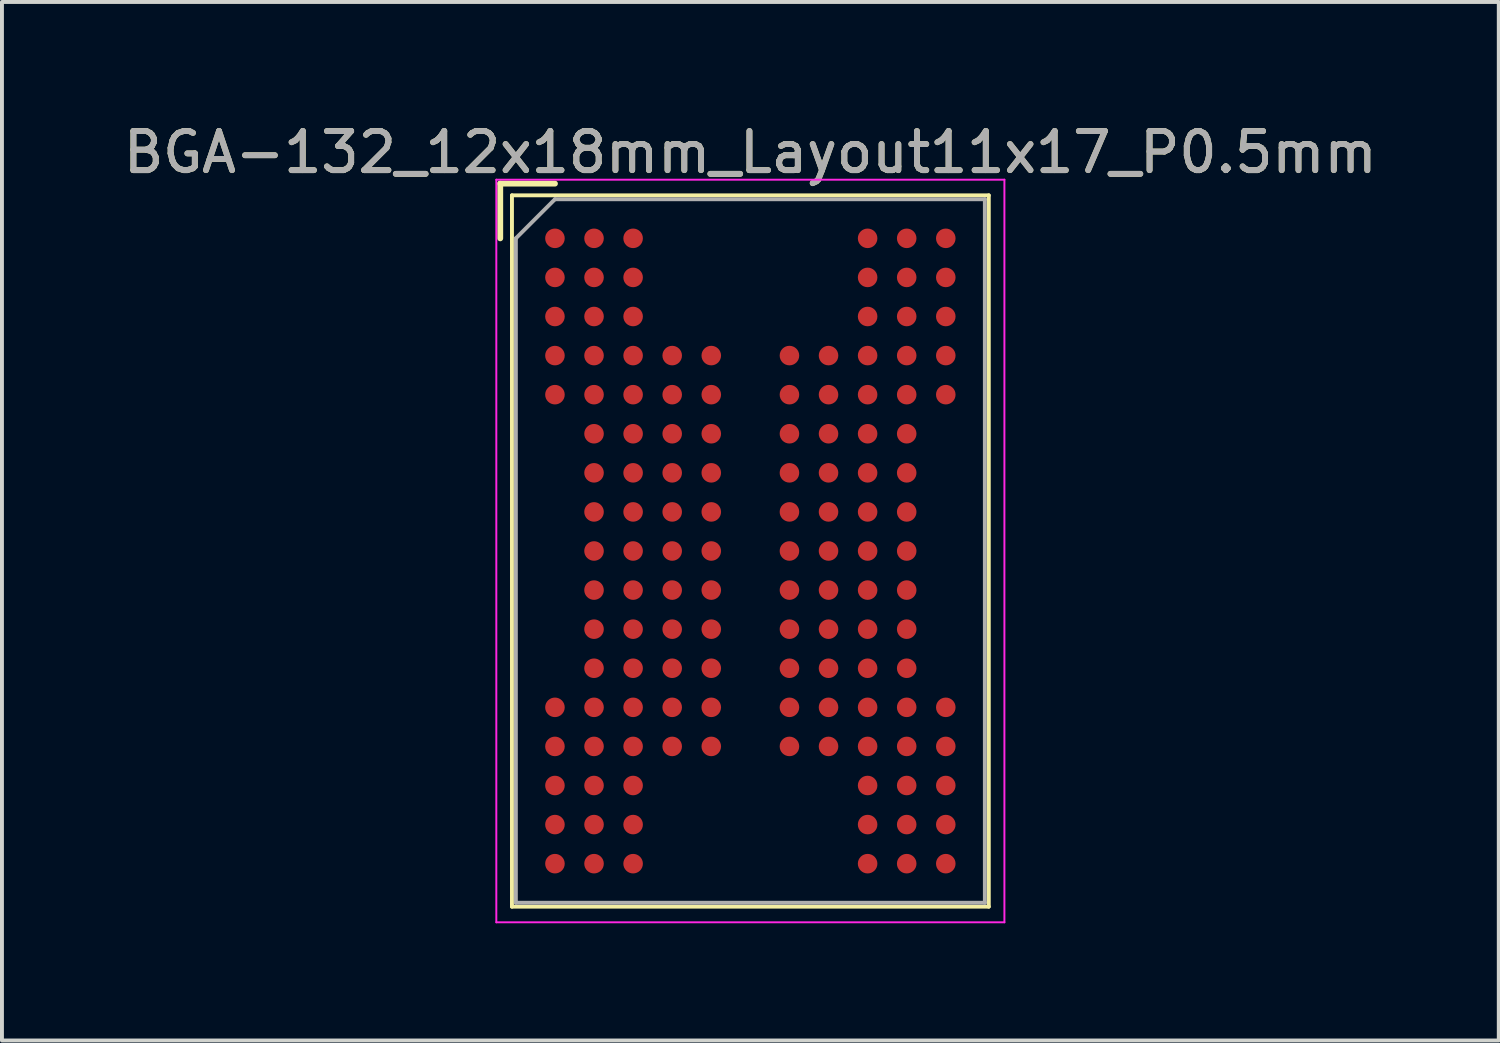
<source format=kicad_pcb>
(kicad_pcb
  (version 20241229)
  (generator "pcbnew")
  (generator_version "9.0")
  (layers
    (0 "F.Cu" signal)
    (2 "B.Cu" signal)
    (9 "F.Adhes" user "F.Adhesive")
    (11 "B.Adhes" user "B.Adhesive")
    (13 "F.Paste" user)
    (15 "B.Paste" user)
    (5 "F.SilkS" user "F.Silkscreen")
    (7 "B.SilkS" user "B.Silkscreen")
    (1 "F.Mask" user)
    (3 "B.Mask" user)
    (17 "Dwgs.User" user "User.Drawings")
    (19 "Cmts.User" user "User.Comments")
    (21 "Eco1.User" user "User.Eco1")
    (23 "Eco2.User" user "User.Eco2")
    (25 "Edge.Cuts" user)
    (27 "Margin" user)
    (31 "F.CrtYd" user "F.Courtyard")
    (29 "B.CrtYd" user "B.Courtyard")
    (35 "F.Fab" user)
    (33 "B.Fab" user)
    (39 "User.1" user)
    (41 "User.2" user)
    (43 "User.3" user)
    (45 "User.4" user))
  (footprint "BGA-132_12x18mm_Layout11x17_P0.5mm"
    (layer "F.Cu")
    (at 16.149 11.048)
    (property "Reference" "BGA-132_12x18mm_Layout11x17_P0.5mm" (at 0 -10.2 0) (layer "F.SilkS") (effects (font (size 1 1) (thickness 0.15))))
    (attr smd)
    (fp_line (start -6.4 -9.4) (end -6.4 -8) (stroke (width 0.15) (type solid)) (layer "F.SilkS"))
    (fp_line (start -6.1 -9.1) (end 6.1 -9.1) (stroke (width 0.1) (type solid)) (layer "F.SilkS"))
    (fp_line (start -6.1 9.1) (end -6.1 -9.1) (stroke (width 0.1) (type solid)) (layer "F.SilkS"))
    (fp_line (start -6.1 9.1) (end 6.1 9.1) (stroke (width 0.1) (type solid)) (layer "F.SilkS"))
    (fp_line (start -5 -9.4) (end -6.4 -9.4) (stroke (width 0.15) (type solid)) (layer "F.SilkS"))
    (fp_line (start 6.1 -9.1) (end 6.1 9.1) (stroke (width 0.1) (type solid)) (layer "F.SilkS"))
    (fp_line (start -6.5 -9.5) (end 6.5 -9.5) (stroke (width 0.05) (type solid)) (layer "F.CrtYd"))
    (fp_line (start -6.5 9.5) (end -6.5 -9.5) (stroke (width 0.05) (type solid)) (layer "F.CrtYd"))
    (fp_line (start 6.5 -9.5) (end 6.5 9.5) (stroke (width 0.05) (type solid)) (layer "F.CrtYd"))
    (fp_line (start 6.5 9.5) (end -6.5 9.5) (stroke (width 0.05) (type solid)) (layer "F.CrtYd"))
    (fp_line (start -6 -8) (end -6 9) (stroke (width 0.1) (type solid)) (layer "F.Fab"))
    (fp_line (start -5 -9) (end -6 -8) (stroke (width 0.1) (type solid)) (layer "F.Fab"))
    (fp_line (start 6 -9) (end -5 -9) (stroke (width 0.1) (type solid)) (layer "F.Fab"))
    (fp_line (start 6 9) (end -6 9) (stroke (width 0.1) (type solid)) (layer "F.Fab"))
    (fp_line (start 6 9) (end 6 -9) (stroke (width 0.1) (type solid)) (layer "F.Fab"))
    (fp_text user "${REFERENCE}" (at 0 -10.2 0) (layer "F.Fab") (effects (font (size 1 1) (thickness 0.15))))
    (pad "A1" smd circle (at -5 -8) (size 0.5 0.5) (layers "F.Cu" "F.Mask" "F.Paste"))
    (pad "A2" smd circle (at -4 -8) (size 0.5 0.5) (layers "F.Cu" "F.Mask" "F.Paste"))
    (pad "A3" smd circle (at -3 -8) (size 0.5 0.5) (layers "F.Cu" "F.Mask" "F.Paste"))
    (pad "A9" smd circle (at 3 -8) (size 0.5 0.5) (layers "F.Cu" "F.Mask" "F.Paste"))
    (pad "A10" smd circle (at 4 -8) (size 0.5 0.5) (layers "F.Cu" "F.Mask" "F.Paste"))
    (pad "A11" smd circle (at 5 -8) (size 0.5 0.5) (layers "F.Cu" "F.Mask" "F.Paste"))
    (pad "B1" smd circle (at -5 -7) (size 0.5 0.5) (layers "F.Cu" "F.Mask" "F.Paste"))
    (pad "B2" smd circle (at -4 -7) (size 0.5 0.5) (layers "F.Cu" "F.Mask" "F.Paste"))
    (pad "B3" smd circle (at -3 -7) (size 0.5 0.5) (layers "F.Cu" "F.Mask" "F.Paste"))
    (pad "B9" smd circle (at 3 -7) (size 0.5 0.5) (layers "F.Cu" "F.Mask" "F.Paste"))
    (pad "B10" smd circle (at 4 -7) (size 0.5 0.5) (layers "F.Cu" "F.Mask" "F.Paste"))
    (pad "B11" smd circle (at 5 -7) (size 0.5 0.5) (layers "F.Cu" "F.Mask" "F.Paste"))
    (pad "C1" smd circle (at -5 -6) (size 0.5 0.5) (layers "F.Cu" "F.Mask" "F.Paste"))
    (pad "C2" smd circle (at -4 -6) (size 0.5 0.5) (layers "F.Cu" "F.Mask" "F.Paste"))
    (pad "C3" smd circle (at -3 -6) (size 0.5 0.5) (layers "F.Cu" "F.Mask" "F.Paste"))
    (pad "C9" smd circle (at 3 -6) (size 0.5 0.5) (layers "F.Cu" "F.Mask" "F.Paste"))
    (pad "C10" smd circle (at 4 -6) (size 0.5 0.5) (layers "F.Cu" "F.Mask" "F.Paste"))
    (pad "C11" smd circle (at 5 -6) (size 0.5 0.5) (layers "F.Cu" "F.Mask" "F.Paste"))
    (pad "D1" smd circle (at -5 -5) (size 0.5 0.5) (layers "F.Cu" "F.Mask" "F.Paste"))
    (pad "D2" smd circle (at -4 -5) (size 0.5 0.5) (layers "F.Cu" "F.Mask" "F.Paste"))
    (pad "D3" smd circle (at -3 -5) (size 0.5 0.5) (layers "F.Cu" "F.Mask" "F.Paste"))
    (pad "D4" smd circle (at -2 -5) (size 0.5 0.5) (layers "F.Cu" "F.Mask" "F.Paste"))
    (pad "D5" smd circle (at -1 -5) (size 0.5 0.5) (layers "F.Cu" "F.Mask" "F.Paste"))
    (pad "D7" smd circle (at 1 -5) (size 0.5 0.5) (layers "F.Cu" "F.Mask" "F.Paste"))
    (pad "D8" smd circle (at 2 -5) (size 0.5 0.5) (layers "F.Cu" "F.Mask" "F.Paste"))
    (pad "D9" smd circle (at 3 -5) (size 0.5 0.5) (layers "F.Cu" "F.Mask" "F.Paste"))
    (pad "D10" smd circle (at 4 -5) (size 0.5 0.5) (layers "F.Cu" "F.Mask" "F.Paste"))
    (pad "D11" smd circle (at 5 -5) (size 0.5 0.5) (layers "F.Cu" "F.Mask" "F.Paste"))
    (pad "E1" smd circle (at -5 -4) (size 0.5 0.5) (layers "F.Cu" "F.Mask" "F.Paste"))
    (pad "E2" smd circle (at -4 -4) (size 0.5 0.5) (layers "F.Cu" "F.Mask" "F.Paste"))
    (pad "E3" smd circle (at -3 -4) (size 0.5 0.5) (layers "F.Cu" "F.Mask" "F.Paste"))
    (pad "E4" smd circle (at -2 -4) (size 0.5 0.5) (layers "F.Cu" "F.Mask" "F.Paste"))
    (pad "E5" smd circle (at -1 -4) (size 0.5 0.5) (layers "F.Cu" "F.Mask" "F.Paste"))
    (pad "E7" smd circle (at 1 -4) (size 0.5 0.5) (layers "F.Cu" "F.Mask" "F.Paste"))
    (pad "E8" smd circle (at 2 -4) (size 0.5 0.5) (layers "F.Cu" "F.Mask" "F.Paste"))
    (pad "E9" smd circle (at 3 -4) (size 0.5 0.5) (layers "F.Cu" "F.Mask" "F.Paste"))
    (pad "E10" smd circle (at 4 -4) (size 0.5 0.5) (layers "F.Cu" "F.Mask" "F.Paste"))
    (pad "E11" smd circle (at 5 -4) (size 0.5 0.5) (layers "F.Cu" "F.Mask" "F.Paste"))
    (pad "F2" smd circle (at -4 -3) (size 0.5 0.5) (layers "F.Cu" "F.Mask" "F.Paste"))
    (pad "F3" smd circle (at -3 -3) (size 0.5 0.5) (layers "F.Cu" "F.Mask" "F.Paste"))
    (pad "F4" smd circle (at -2 -3) (size 0.5 0.5) (layers "F.Cu" "F.Mask" "F.Paste"))
    (pad "F5" smd circle (at -1 -3) (size 0.5 0.5) (layers "F.Cu" "F.Mask" "F.Paste"))
    (pad "F7" smd circle (at 1 -3) (size 0.5 0.5) (layers "F.Cu" "F.Mask" "F.Paste"))
    (pad "F8" smd circle (at 2 -3) (size 0.5 0.5) (layers "F.Cu" "F.Mask" "F.Paste"))
    (pad "F9" smd circle (at 3 -3) (size 0.5 0.5) (layers "F.Cu" "F.Mask" "F.Paste"))
    (pad "F10" smd circle (at 4 -3) (size 0.5 0.5) (layers "F.Cu" "F.Mask" "F.Paste"))
    (pad "G2" smd circle (at -4 -2) (size 0.5 0.5) (layers "F.Cu" "F.Mask" "F.Paste"))
    (pad "G3" smd circle (at -3 -2) (size 0.5 0.5) (layers "F.Cu" "F.Mask" "F.Paste"))
    (pad "G4" smd circle (at -2 -2) (size 0.5 0.5) (layers "F.Cu" "F.Mask" "F.Paste"))
    (pad "G5" smd circle (at -1 -2) (size 0.5 0.5) (layers "F.Cu" "F.Mask" "F.Paste"))
    (pad "G7" smd circle (at 1 -2) (size 0.5 0.5) (layers "F.Cu" "F.Mask" "F.Paste"))
    (pad "G8" smd circle (at 2 -2) (size 0.5 0.5) (layers "F.Cu" "F.Mask" "F.Paste"))
    (pad "G9" smd circle (at 3 -2) (size 0.5 0.5) (layers "F.Cu" "F.Mask" "F.Paste"))
    (pad "G10" smd circle (at 4 -2) (size 0.5 0.5) (layers "F.Cu" "F.Mask" "F.Paste"))
    (pad "H2" smd circle (at -4 -1) (size 0.5 0.5) (layers "F.Cu" "F.Mask" "F.Paste"))
    (pad "H3" smd circle (at -3 -1) (size 0.5 0.5) (layers "F.Cu" "F.Mask" "F.Paste"))
    (pad "H4" smd circle (at -2 -1) (size 0.5 0.5) (layers "F.Cu" "F.Mask" "F.Paste"))
    (pad "H5" smd circle (at -1 -1) (size 0.5 0.5) (layers "F.Cu" "F.Mask" "F.Paste"))
    (pad "H7" smd circle (at 1 -1) (size 0.5 0.5) (layers "F.Cu" "F.Mask" "F.Paste"))
    (pad "H8" smd circle (at 2 -1) (size 0.5 0.5) (layers "F.Cu" "F.Mask" "F.Paste"))
    (pad "H9" smd circle (at 3 -1) (size 0.5 0.5) (layers "F.Cu" "F.Mask" "F.Paste"))
    (pad "H10" smd circle (at 4 -1) (size 0.5 0.5) (layers "F.Cu" "F.Mask" "F.Paste"))
    (pad "J2" smd circle (at -4 0) (size 0.5 0.5) (layers "F.Cu" "F.Mask" "F.Paste"))
    (pad "J3" smd circle (at -3 0) (size 0.5 0.5) (layers "F.Cu" "F.Mask" "F.Paste"))
    (pad "J4" smd circle (at -2 0) (size 0.5 0.5) (layers "F.Cu" "F.Mask" "F.Paste"))
    (pad "J5" smd circle (at -1 0) (size 0.5 0.5) (layers "F.Cu" "F.Mask" "F.Paste"))
    (pad "J7" smd circle (at 1 0) (size 0.5 0.5) (layers "F.Cu" "F.Mask" "F.Paste"))
    (pad "J8" smd circle (at 2 0) (size 0.5 0.5) (layers "F.Cu" "F.Mask" "F.Paste"))
    (pad "J9" smd circle (at 3 0) (size 0.5 0.5) (layers "F.Cu" "F.Mask" "F.Paste"))
    (pad "J10" smd circle (at 4 0) (size 0.5 0.5) (layers "F.Cu" "F.Mask" "F.Paste"))
    (pad "K2" smd circle (at -4 1) (size 0.5 0.5) (layers "F.Cu" "F.Mask" "F.Paste"))
    (pad "K3" smd circle (at -3 1) (size 0.5 0.5) (layers "F.Cu" "F.Mask" "F.Paste"))
    (pad "K4" smd circle (at -2 1) (size 0.5 0.5) (layers "F.Cu" "F.Mask" "F.Paste"))
    (pad "K5" smd circle (at -1 1) (size 0.5 0.5) (layers "F.Cu" "F.Mask" "F.Paste"))
    (pad "K7" smd circle (at 1 1) (size 0.5 0.5) (layers "F.Cu" "F.Mask" "F.Paste"))
    (pad "K8" smd circle (at 2 1) (size 0.5 0.5) (layers "F.Cu" "F.Mask" "F.Paste"))
    (pad "K9" smd circle (at 3 1) (size 0.5 0.5) (layers "F.Cu" "F.Mask" "F.Paste"))
    (pad "K10" smd circle (at 4 1) (size 0.5 0.5) (layers "F.Cu" "F.Mask" "F.Paste"))
    (pad "L2" smd circle (at -4 2) (size 0.5 0.5) (layers "F.Cu" "F.Mask" "F.Paste"))
    (pad "L3" smd circle (at -3 2) (size 0.5 0.5) (layers "F.Cu" "F.Mask" "F.Paste"))
    (pad "L4" smd circle (at -2 2) (size 0.5 0.5) (layers "F.Cu" "F.Mask" "F.Paste"))
    (pad "L5" smd circle (at -1 2) (size 0.5 0.5) (layers "F.Cu" "F.Mask" "F.Paste"))
    (pad "L7" smd circle (at 1 2) (size 0.5 0.5) (layers "F.Cu" "F.Mask" "F.Paste"))
    (pad "L8" smd circle (at 2 2) (size 0.5 0.5) (layers "F.Cu" "F.Mask" "F.Paste"))
    (pad "L9" smd circle (at 3 2) (size 0.5 0.5) (layers "F.Cu" "F.Mask" "F.Paste"))
    (pad "L10" smd circle (at 4 2) (size 0.5 0.5) (layers "F.Cu" "F.Mask" "F.Paste"))
    (pad "M2" smd circle (at -4 3) (size 0.5 0.5) (layers "F.Cu" "F.Mask" "F.Paste"))
    (pad "M3" smd circle (at -3 3) (size 0.5 0.5) (layers "F.Cu" "F.Mask" "F.Paste"))
    (pad "M4" smd circle (at -2 3) (size 0.5 0.5) (layers "F.Cu" "F.Mask" "F.Paste"))
    (pad "M5" smd circle (at -1 3) (size 0.5 0.5) (layers "F.Cu" "F.Mask" "F.Paste"))
    (pad "M7" smd circle (at 1 3) (size 0.5 0.5) (layers "F.Cu" "F.Mask" "F.Paste"))
    (pad "M8" smd circle (at 2 3) (size 0.5 0.5) (layers "F.Cu" "F.Mask" "F.Paste"))
    (pad "M9" smd circle (at 3 3) (size 0.5 0.5) (layers "F.Cu" "F.Mask" "F.Paste"))
    (pad "M10" smd circle (at 4 3) (size 0.5 0.5) (layers "F.Cu" "F.Mask" "F.Paste"))
    (pad "N1" smd circle (at -5 4) (size 0.5 0.5) (layers "F.Cu" "F.Mask" "F.Paste"))
    (pad "N2" smd circle (at -4 4) (size 0.5 0.5) (layers "F.Cu" "F.Mask" "F.Paste"))
    (pad "N3" smd circle (at -3 4) (size 0.5 0.5) (layers "F.Cu" "F.Mask" "F.Paste"))
    (pad "N4" smd circle (at -2 4) (size 0.5 0.5) (layers "F.Cu" "F.Mask" "F.Paste"))
    (pad "N5" smd circle (at -1 4) (size 0.5 0.5) (layers "F.Cu" "F.Mask" "F.Paste"))
    (pad "N7" smd circle (at 1 4) (size 0.5 0.5) (layers "F.Cu" "F.Mask" "F.Paste"))
    (pad "N8" smd circle (at 2 4) (size 0.5 0.5) (layers "F.Cu" "F.Mask" "F.Paste"))
    (pad "N9" smd circle (at 3 4) (size 0.5 0.5) (layers "F.Cu" "F.Mask" "F.Paste"))
    (pad "N10" smd circle (at 4 4) (size 0.5 0.5) (layers "F.Cu" "F.Mask" "F.Paste"))
    (pad "N11" smd circle (at 5 4) (size 0.5 0.5) (layers "F.Cu" "F.Mask" "F.Paste"))
    (pad "P1" smd circle (at -5 5) (size 0.5 0.5) (layers "F.Cu" "F.Mask" "F.Paste"))
    (pad "P2" smd circle (at -4 5) (size 0.5 0.5) (layers "F.Cu" "F.Mask" "F.Paste"))
    (pad "P3" smd circle (at -3 5) (size 0.5 0.5) (layers "F.Cu" "F.Mask" "F.Paste"))
    (pad "P4" smd circle (at -2 5) (size 0.5 0.5) (layers "F.Cu" "F.Mask" "F.Paste"))
    (pad "P5" smd circle (at -1 5) (size 0.5 0.5) (layers "F.Cu" "F.Mask" "F.Paste"))
    (pad "P7" smd circle (at 1 5) (size 0.5 0.5) (layers "F.Cu" "F.Mask" "F.Paste"))
    (pad "P8" smd circle (at 2 5) (size 0.5 0.5) (layers "F.Cu" "F.Mask" "F.Paste"))
    (pad "P9" smd circle (at 3 5) (size 0.5 0.5) (layers "F.Cu" "F.Mask" "F.Paste"))
    (pad "P10" smd circle (at 4 5) (size 0.5 0.5) (layers "F.Cu" "F.Mask" "F.Paste"))
    (pad "P11" smd circle (at 5 5) (size 0.5 0.5) (layers "F.Cu" "F.Mask" "F.Paste"))
    (pad "R1" smd circle (at -5 6) (size 0.5 0.5) (layers "F.Cu" "F.Mask" "F.Paste"))
    (pad "R2" smd circle (at -4 6) (size 0.5 0.5) (layers "F.Cu" "F.Mask" "F.Paste"))
    (pad "R3" smd circle (at -3 6) (size 0.5 0.5) (layers "F.Cu" "F.Mask" "F.Paste"))
    (pad "R9" smd circle (at 3 6) (size 0.5 0.5) (layers "F.Cu" "F.Mask" "F.Paste"))
    (pad "R10" smd circle (at 4 6) (size 0.5 0.5) (layers "F.Cu" "F.Mask" "F.Paste"))
    (pad "R11" smd circle (at 5 6) (size 0.5 0.5) (layers "F.Cu" "F.Mask" "F.Paste"))
    (pad "T1" smd circle (at -5 7) (size 0.5 0.5) (layers "F.Cu" "F.Mask" "F.Paste"))
    (pad "T2" smd circle (at -4 7) (size 0.5 0.5) (layers "F.Cu" "F.Mask" "F.Paste"))
    (pad "T3" smd circle (at -3 7) (size 0.5 0.5) (layers "F.Cu" "F.Mask" "F.Paste"))
    (pad "T9" smd circle (at 3 7) (size 0.5 0.5) (layers "F.Cu" "F.Mask" "F.Paste"))
    (pad "T10" smd circle (at 4 7) (size 0.5 0.5) (layers "F.Cu" "F.Mask" "F.Paste"))
    (pad "T11" smd circle (at 5 7) (size 0.5 0.5) (layers "F.Cu" "F.Mask" "F.Paste"))
    (pad "U1" smd circle (at -5 8) (size 0.5 0.5) (layers "F.Cu" "F.Mask" "F.Paste"))
    (pad "U2" smd circle (at -4 8) (size 0.5 0.5) (layers "F.Cu" "F.Mask" "F.Paste"))
    (pad "U3" smd circle (at -3 8) (size 0.5 0.5) (layers "F.Cu" "F.Mask" "F.Paste"))
    (pad "U9" smd circle (at 3 8) (size 0.5 0.5) (layers "F.Cu" "F.Mask" "F.Paste"))
    (pad "U10" smd circle (at 4 8) (size 0.5 0.5) (layers "F.Cu" "F.Mask" "F.Paste"))
    (pad "U11" smd circle (at 5 8) (size 0.5 0.5) (layers "F.Cu" "F.Mask" "F.Paste")))
  (gr_rect
    (start -3 -3)
    (end 35.298 23.573)
    (stroke (width 0.1) (type default))
    (fill no)
    (layer "Edge.Cuts")))
</source>
